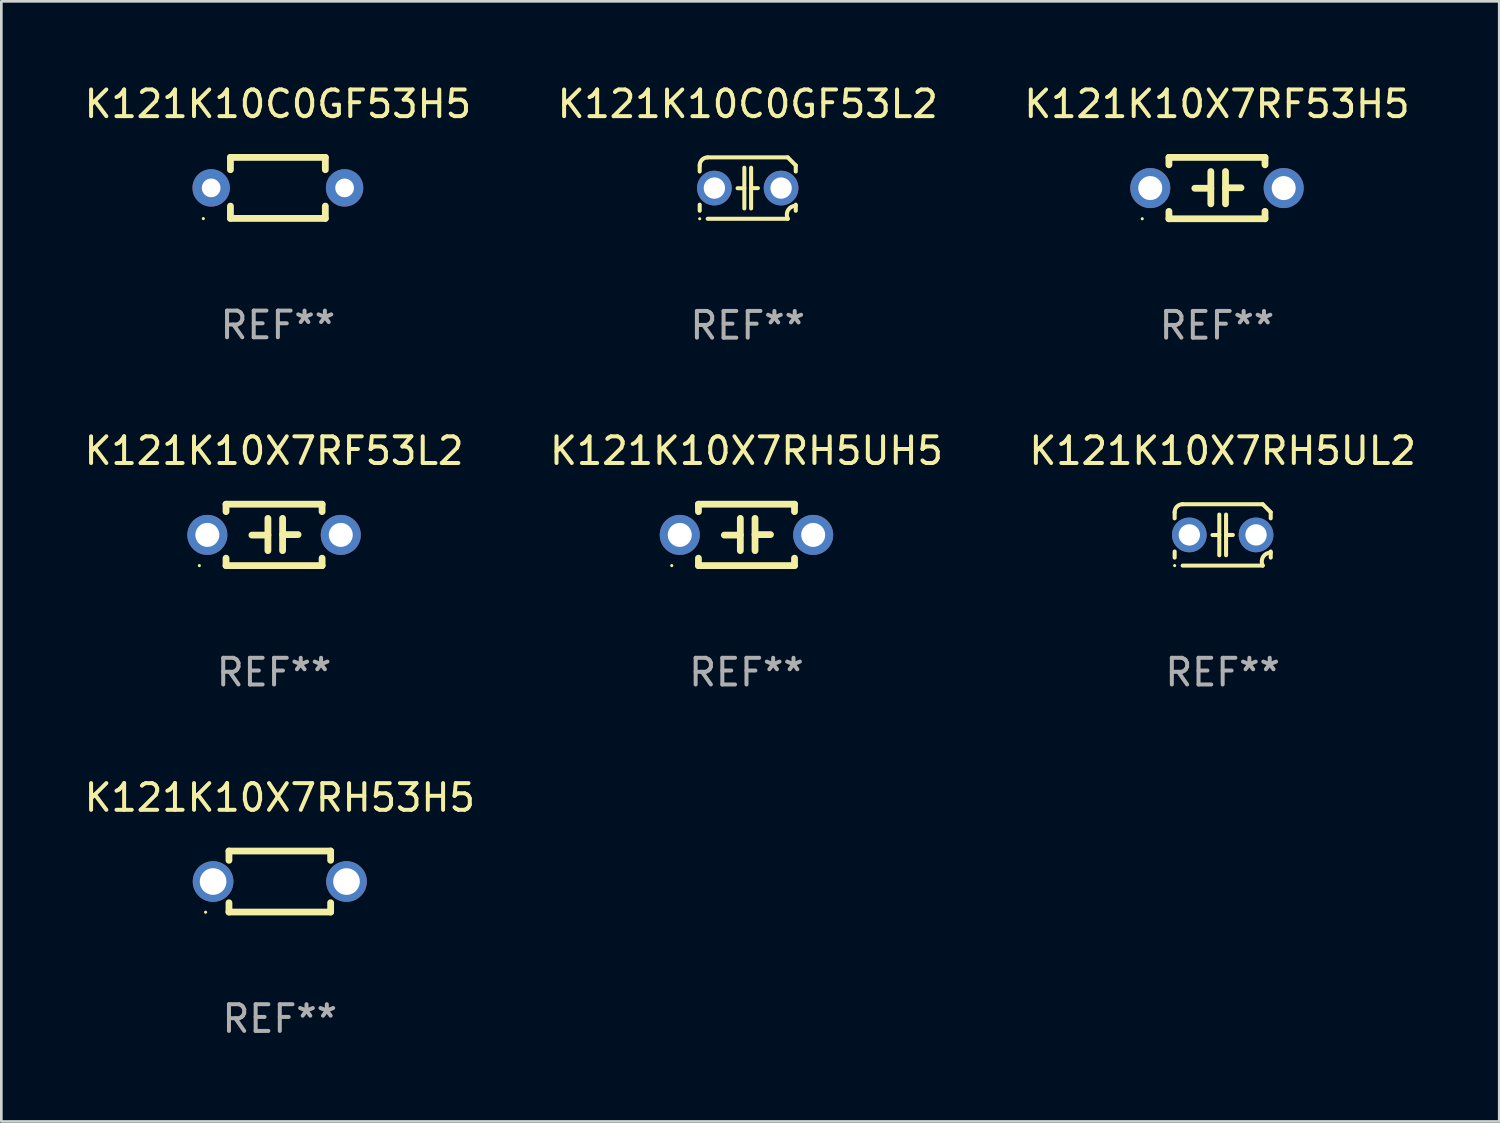
<source format=kicad_pcb>
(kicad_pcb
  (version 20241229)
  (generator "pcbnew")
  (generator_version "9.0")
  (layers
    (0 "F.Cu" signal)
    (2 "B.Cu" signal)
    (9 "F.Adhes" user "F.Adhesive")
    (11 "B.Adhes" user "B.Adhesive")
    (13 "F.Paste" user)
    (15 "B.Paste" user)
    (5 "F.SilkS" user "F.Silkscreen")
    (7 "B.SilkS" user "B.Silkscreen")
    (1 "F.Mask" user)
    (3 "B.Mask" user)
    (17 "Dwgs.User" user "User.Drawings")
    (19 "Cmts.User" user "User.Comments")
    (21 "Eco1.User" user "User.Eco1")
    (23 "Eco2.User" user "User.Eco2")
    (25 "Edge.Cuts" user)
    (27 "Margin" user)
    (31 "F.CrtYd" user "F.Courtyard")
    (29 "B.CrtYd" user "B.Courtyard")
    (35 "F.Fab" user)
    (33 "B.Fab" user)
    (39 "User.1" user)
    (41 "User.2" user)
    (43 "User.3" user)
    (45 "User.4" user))
  (footprint "K121K10X7RH5UH5"
    (layer "F.Cu")
    (at 24.923 16.995)
    (property "Reference" "K121K10X7RH5UH5" (at 0 -3.15 0) (layer "F.SilkS") (effects (font (size 1 1) (thickness 0.15))))
    (attr through_hole)
    (fp_line (start -1.8 -1.15) (end -1.8 -0.872) (stroke (width 0.254) (type solid)) (layer "F.SilkS"))
    (fp_line (start -1.8 -1.15) (end 1.8 -1.15) (stroke (width 0.254) (type solid)) (layer "F.SilkS"))
    (fp_line (start -1.8 0.872) (end -1.8 1.15) (stroke (width 0.254) (type solid)) (layer "F.SilkS"))
    (fp_line (start -1.8 1.15) (end 1.8 1.15) (stroke (width 0.254) (type solid)) (layer "F.SilkS"))
    (fp_line (start -0.23 -0.62) (end -0.23 0.59) (stroke (width 0.254) (type solid)) (layer "F.SilkS"))
    (fp_line (start -0.23 0.007) (end -0.83 0.007) (stroke (width 0.254) (type solid)) (layer "F.SilkS"))
    (fp_line (start 0.32 -0.62) (end 0.32 0.59) (stroke (width 0.254) (type solid)) (layer "F.SilkS"))
    (fp_line (start 0.32 -0.012) (end 0.9 -0.012) (stroke (width 0.254) (type solid)) (layer "F.SilkS"))
    (fp_line (start 1.8 -1.15) (end 1.8 -0.872) (stroke (width 0.254) (type solid)) (layer "F.SilkS"))
    (fp_line (start 1.8 0.872) (end 1.8 1.15) (stroke (width 0.254) (type solid)) (layer "F.SilkS"))
    (fp_circle (center -2.8 1.15) (end -2.77 1.15) (stroke (width 0.06) (type solid)) (fill no) (layer "F.SilkS"))
    (fp_text user "REF**" (at 0 5.15 0) (layer "F.Fab") (effects (font (size 1 1) (thickness 0.15))))
    (pad "1" thru_hole circle (at -2.5 0) (size 1.5 1.5) (drill 0.9) (layers "*.Cu" "*.Mask"))
    (pad "2" thru_hole circle (at 2.5 0) (size 1.5 1.5) (drill 0.9) (layers "*.Cu" "*.Mask")))
  (footprint "K121K10X7RH5UL2"
    (layer "F.Cu")
    (at 42.768 16.995)
    (property "Reference" "K121K10X7RH5UL2" (at 0 -3.15 0) (layer "F.SilkS") (effects (font (size 1 1) (thickness 0.15))))
    (attr through_hole)
    (fp_line (start -1.8 -0.621) (end -1.8 -0.85) (stroke (width 0.152) (type solid)) (layer "F.SilkS"))
    (fp_line (start -1.8 0.85) (end -1.8 0.621) (stroke (width 0.152) (type solid)) (layer "F.SilkS"))
    (fp_line (start -1.5 -1.15) (end 1.5 -1.15) (stroke (width 0.152) (type solid)) (layer "F.SilkS"))
    (fp_line (start -0.127 -0.762) (end -0.127 0.762) (stroke (width 0.152) (type solid)) (layer "F.SilkS"))
    (fp_line (start -0.127 0.005) (end -0.381 0.005) (stroke (width 0.152) (type solid)) (layer "F.SilkS"))
    (fp_line (start 0.127 -0.762) (end 0.127 0.762) (stroke (width 0.152) (type solid)) (layer "F.SilkS"))
    (fp_line (start 0.127 0.002) (end 0.381 0.002) (stroke (width 0.152) (type solid)) (layer "F.SilkS"))
    (fp_line (start 1.5 1.15) (end -1.5 1.15) (stroke (width 0.152) (type solid)) (layer "F.SilkS"))
    (fp_line (start 1.8 -0.85) (end 1.8 -0.621) (stroke (width 0.152) (type solid)) (layer "F.SilkS"))
    (fp_line (start 1.8 0.621) (end 1.8 0.85) (stroke (width 0.152) (type solid)) (layer "F.SilkS"))
    (fp_arc (start -1.799975 -0.849987) (mid -1.712107 -1.062119) (end -1.499975 -1.149987) (stroke (width 0.151994) (type solid)) (layer "F.SilkS"))
    (fp_arc (start 1.499975 1.149987) (mid 1.513726 0.822359) (end 1.799975 0.662387) (stroke (width 0.151994) (type solid)) (layer "F.SilkS"))
    (fp_arc (start 1.500001 -1.149986) (mid 1.650015 -1.000001) (end 1.8 -0.849987) (stroke (width 0.151994) (type solid)) (layer "F.SilkS"))
    (fp_circle (center -1.8 1.15) (end -1.77 1.15) (stroke (width 0.06) (type solid)) (fill no) (layer "F.SilkS"))
    (fp_text user "REF**" (at 0 5.15 0) (layer "F.Fab") (effects (font (size 1 1) (thickness 0.15))))
    (pad "1" thru_hole circle (at -1.25 0) (size 1.3 1.3) (drill 0.8) (layers "*.Cu" "*.Mask"))
    (pad "2" thru_hole circle (at 1.25 0) (size 1.3 1.3) (drill 0.8) (layers "*.Cu" "*.Mask")))
  (footprint "K121K10C0GF53H5"
    (layer "F.Cu")
    (at 7.363 3.991)
    (property "Reference" "K121K10C0GF53H5" (at 0 -3.143 0) (layer "F.SilkS") (effects (font (size 1 1) (thickness 0.15))))
    (attr through_hole)
    (fp_line (start -1.778 -1.143) (end 1.778 -1.143) (stroke (width 0.254) (type solid)) (layer "F.SilkS"))
    (fp_line (start -1.778 -0.681) (end -1.778 -1.143) (stroke (width 0.254) (type solid)) (layer "F.SilkS"))
    (fp_line (start -1.778 1.143) (end -1.778 0.681) (stroke (width 0.254) (type solid)) (layer "F.SilkS"))
    (fp_line (start 1.778 -1.143) (end 1.778 -0.681) (stroke (width 0.254) (type solid)) (layer "F.SilkS"))
    (fp_line (start 1.778 0.681) (end 1.778 1.143) (stroke (width 0.254) (type solid)) (layer "F.SilkS"))
    (fp_line (start 1.778 1.143) (end -1.778 1.143) (stroke (width 0.254) (type solid)) (layer "F.SilkS"))
    (fp_circle (center -2.794 1.15) (end -2.764 1.15) (stroke (width 0.06) (type solid)) (fill no) (layer "F.SilkS"))
    (fp_text user "REF**" (at 0 5.143 0) (layer "F.Fab") (effects (font (size 1 1) (thickness 0.15))))
    (pad "1" thru_hole circle (at -2.5 0) (size 1.4 1.4) (drill 0.7) (layers "*.Cu" "*.Mask"))
    (pad "2" thru_hole circle (at 2.5 0) (size 1.4 1.4) (drill 0.7) (layers "*.Cu" "*.Mask")))
  (footprint "K121K10X7RH53H5"
    (layer "F.Cu")
    (at 7.435 29.984)
    (property "Reference" "K121K10X7RH53H5" (at 0 -3.143 0) (layer "F.SilkS") (effects (font (size 1 1) (thickness 0.15))))
    (attr through_hole)
    (fp_line (start -1.905 -1.143) (end 1.905 -1.143) (stroke (width 0.254) (type solid)) (layer "F.SilkS"))
    (fp_line (start -1.905 -0.795) (end -1.905 -1.143) (stroke (width 0.254) (type solid)) (layer "F.SilkS"))
    (fp_line (start -1.905 1.143) (end -1.905 0.795) (stroke (width 0.254) (type solid)) (layer "F.SilkS"))
    (fp_line (start 1.905 -1.143) (end 1.905 -0.795) (stroke (width 0.254) (type solid)) (layer "F.SilkS"))
    (fp_line (start 1.905 0.795) (end 1.905 1.143) (stroke (width 0.254) (type solid)) (layer "F.SilkS"))
    (fp_line (start 1.905 1.143) (end -1.905 1.143) (stroke (width 0.254) (type solid)) (layer "F.SilkS"))
    (fp_circle (center -2.781 1.15) (end -2.751 1.15) (stroke (width 0.06) (type solid)) (fill no) (layer "F.SilkS"))
    (fp_text user "REF**" (at 0 5.143 0) (layer "F.Fab") (effects (font (size 1 1) (thickness 0.15))))
    (pad "1" thru_hole circle (at -2.5 0) (size 1.524 1.524) (drill 1) (layers "*.Cu" "*.Mask"))
    (pad "2" thru_hole circle (at 2.5 0) (size 1.524 1.524) (drill 1) (layers "*.Cu" "*.Mask")))
  (footprint "K121K10X7RF53L2"
    (layer "F.Cu")
    (at 7.22 16.995)
    (property "Reference" "K121K10X7RF53L2" (at 0 -3.15 0) (layer "F.SilkS") (effects (font (size 1 1) (thickness 0.15))))
    (attr through_hole)
    (fp_line (start -1.8 -1.15) (end -1.8 -0.872) (stroke (width 0.254) (type solid)) (layer "F.SilkS"))
    (fp_line (start -1.8 -1.15) (end 1.8 -1.15) (stroke (width 0.254) (type solid)) (layer "F.SilkS"))
    (fp_line (start -1.8 0.872) (end -1.8 1.15) (stroke (width 0.254) (type solid)) (layer "F.SilkS"))
    (fp_line (start -1.8 1.15) (end 1.8 1.15) (stroke (width 0.254) (type solid)) (layer "F.SilkS"))
    (fp_line (start -0.23 -0.62) (end -0.23 0.59) (stroke (width 0.254) (type solid)) (layer "F.SilkS"))
    (fp_line (start -0.23 0.007) (end -0.83 0.007) (stroke (width 0.254) (type solid)) (layer "F.SilkS"))
    (fp_line (start 0.32 -0.62) (end 0.32 0.59) (stroke (width 0.254) (type solid)) (layer "F.SilkS"))
    (fp_line (start 0.32 -0.012) (end 0.9 -0.012) (stroke (width 0.254) (type solid)) (layer "F.SilkS"))
    (fp_line (start 1.8 -1.15) (end 1.8 -0.872) (stroke (width 0.254) (type solid)) (layer "F.SilkS"))
    (fp_line (start 1.8 0.872) (end 1.8 1.15) (stroke (width 0.254) (type solid)) (layer "F.SilkS"))
    (fp_circle (center -2.8 1.15) (end -2.77 1.15) (stroke (width 0.06) (type solid)) (fill no) (layer "F.SilkS"))
    (fp_text user "REF**" (at 0 5.15 0) (layer "F.Fab") (effects (font (size 1 1) (thickness 0.15))))
    (pad "1" thru_hole circle (at -2.5 0) (size 1.5 1.5) (drill 0.9) (layers "*.Cu" "*.Mask"))
    (pad "2" thru_hole circle (at 2.5 0) (size 1.5 1.5) (drill 0.9) (layers "*.Cu" "*.Mask")))
  (footprint "K121K10C0GF53L2"
    (layer "F.Cu")
    (at 24.97 3.998)
    (property "Reference" "K121K10C0GF53L2" (at 0 -3.15 0) (layer "F.SilkS") (effects (font (size 1 1) (thickness 0.15))))
    (attr through_hole)
    (fp_line (start -1.8 -0.621) (end -1.8 -0.85) (stroke (width 0.152) (type solid)) (layer "F.SilkS"))
    (fp_line (start -1.8 0.85) (end -1.8 0.621) (stroke (width 0.152) (type solid)) (layer "F.SilkS"))
    (fp_line (start -1.5 -1.15) (end 1.5 -1.15) (stroke (width 0.152) (type solid)) (layer "F.SilkS"))
    (fp_line (start -0.127 -0.762) (end -0.127 0.762) (stroke (width 0.152) (type solid)) (layer "F.SilkS"))
    (fp_line (start -0.127 0.005) (end -0.381 0.005) (stroke (width 0.152) (type solid)) (layer "F.SilkS"))
    (fp_line (start 0.127 -0.762) (end 0.127 0.762) (stroke (width 0.152) (type solid)) (layer "F.SilkS"))
    (fp_line (start 0.127 0.002) (end 0.381 0.002) (stroke (width 0.152) (type solid)) (layer "F.SilkS"))
    (fp_line (start 1.5 1.15) (end -1.5 1.15) (stroke (width 0.152) (type solid)) (layer "F.SilkS"))
    (fp_line (start 1.8 -0.85) (end 1.8 -0.621) (stroke (width 0.152) (type solid)) (layer "F.SilkS"))
    (fp_line (start 1.8 0.621) (end 1.8 0.85) (stroke (width 0.152) (type solid)) (layer "F.SilkS"))
    (fp_arc (start -1.799975 -0.849987) (mid -1.712107 -1.062119) (end -1.499975 -1.149987) (stroke (width 0.151994) (type solid)) (layer "F.SilkS"))
    (fp_arc (start 1.499975 1.149987) (mid 1.513726 0.822359) (end 1.799975 0.662387) (stroke (width 0.151994) (type solid)) (layer "F.SilkS"))
    (fp_arc (start 1.500001 -1.149986) (mid 1.650015 -1.000001) (end 1.8 -0.849987) (stroke (width 0.151994) (type solid)) (layer "F.SilkS"))
    (fp_circle (center -1.8 1.15) (end -1.77 1.15) (stroke (width 0.06) (type solid)) (fill no) (layer "F.SilkS"))
    (fp_text user "REF**" (at 0 5.15 0) (layer "F.Fab") (effects (font (size 1 1) (thickness 0.15))))
    (pad "1" thru_hole circle (at -1.25 0) (size 1.3 1.3) (drill 0.8) (layers "*.Cu" "*.Mask"))
    (pad "2" thru_hole circle (at 1.25 0) (size 1.3 1.3) (drill 0.8) (layers "*.Cu" "*.Mask")))
  (footprint "K121K10X7RF53H5"
    (layer "F.Cu")
    (at 42.554 3.998)
    (property "Reference" "K121K10X7RF53H5" (at 0 -3.15 0) (layer "F.SilkS") (effects (font (size 1 1) (thickness 0.15))))
    (attr through_hole)
    (fp_line (start -1.8 -1.15) (end -1.8 -0.872) (stroke (width 0.254) (type solid)) (layer "F.SilkS"))
    (fp_line (start -1.8 -1.15) (end 1.8 -1.15) (stroke (width 0.254) (type solid)) (layer "F.SilkS"))
    (fp_line (start -1.8 0.872) (end -1.8 1.15) (stroke (width 0.254) (type solid)) (layer "F.SilkS"))
    (fp_line (start -1.8 1.15) (end 1.8 1.15) (stroke (width 0.254) (type solid)) (layer "F.SilkS"))
    (fp_line (start -0.23 -0.62) (end -0.23 0.59) (stroke (width 0.254) (type solid)) (layer "F.SilkS"))
    (fp_line (start -0.23 0.007) (end -0.83 0.007) (stroke (width 0.254) (type solid)) (layer "F.SilkS"))
    (fp_line (start 0.32 -0.62) (end 0.32 0.59) (stroke (width 0.254) (type solid)) (layer "F.SilkS"))
    (fp_line (start 0.32 -0.012) (end 0.9 -0.012) (stroke (width 0.254) (type solid)) (layer "F.SilkS"))
    (fp_line (start 1.8 -1.15) (end 1.8 -0.872) (stroke (width 0.254) (type solid)) (layer "F.SilkS"))
    (fp_line (start 1.8 0.872) (end 1.8 1.15) (stroke (width 0.254) (type solid)) (layer "F.SilkS"))
    (fp_circle (center -2.8 1.15) (end -2.77 1.15) (stroke (width 0.06) (type solid)) (fill no) (layer "F.SilkS"))
    (fp_text user "REF**" (at 0 5.15 0) (layer "F.Fab") (effects (font (size 1 1) (thickness 0.15))))
    (pad "1" thru_hole circle (at -2.5 0) (size 1.5 1.5) (drill 0.9) (layers "*.Cu" "*.Mask"))
    (pad "2" thru_hole circle (at 2.5 0) (size 1.5 1.5) (drill 0.9) (layers "*.Cu" "*.Mask")))
  (gr_rect
    (start -3 -3)
    (end 53.131 38.976)
    (stroke (width 0.1) (type default))
    (fill no)
    (layer "Edge.Cuts")))
</source>
